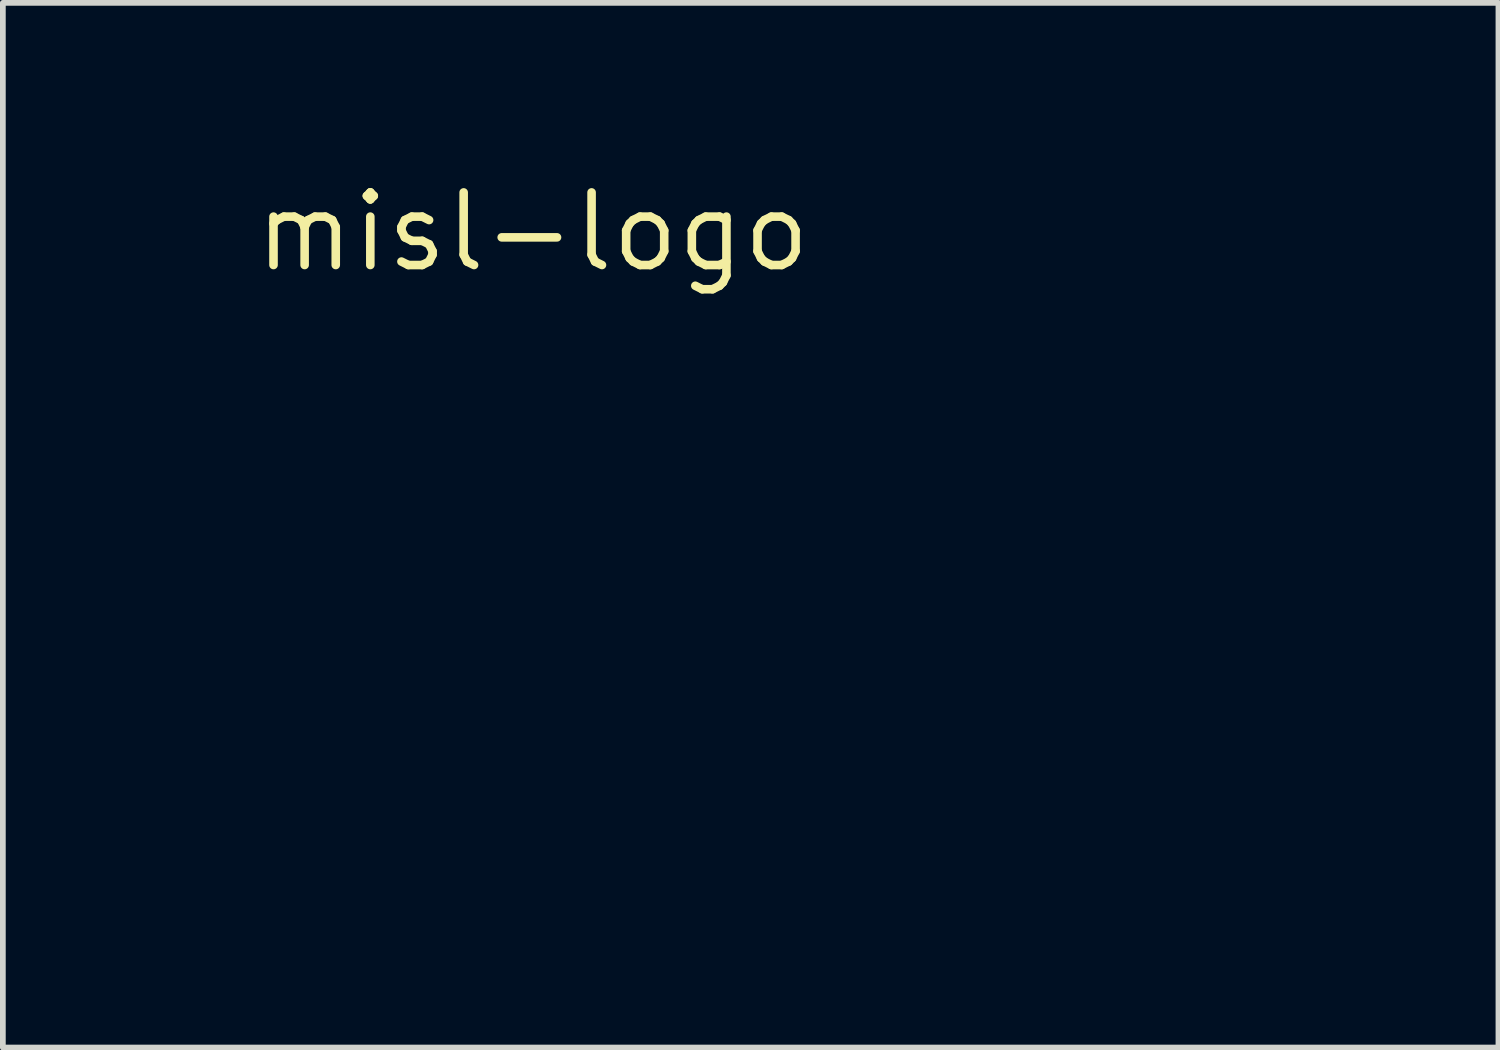
<source format=kicad_pcb>
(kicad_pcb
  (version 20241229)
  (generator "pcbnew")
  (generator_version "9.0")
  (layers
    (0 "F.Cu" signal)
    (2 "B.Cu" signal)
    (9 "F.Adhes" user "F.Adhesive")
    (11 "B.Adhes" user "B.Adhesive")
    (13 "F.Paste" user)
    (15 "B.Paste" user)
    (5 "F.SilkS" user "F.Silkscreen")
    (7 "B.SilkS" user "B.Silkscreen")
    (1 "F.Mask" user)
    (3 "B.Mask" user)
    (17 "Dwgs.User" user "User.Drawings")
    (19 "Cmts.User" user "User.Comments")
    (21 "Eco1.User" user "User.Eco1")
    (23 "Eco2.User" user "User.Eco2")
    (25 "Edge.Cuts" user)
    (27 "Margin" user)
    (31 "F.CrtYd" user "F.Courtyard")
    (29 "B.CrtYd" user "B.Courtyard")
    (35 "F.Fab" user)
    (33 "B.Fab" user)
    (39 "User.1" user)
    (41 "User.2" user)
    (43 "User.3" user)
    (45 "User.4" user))
  (footprint "misl-logo"
    (layer "F.Cu")
    (at 6.27 1.006)
    (property "Reference" "misl-logo" (at 0 0 0) (layer "F.SilkS") (effects (font (size 1.27 1.27) (thickness 0.15))))
    (attr through_hole)
    (fp_poly (pts (xy 2.508 6.613) (xy 3.069 6.625) (xy 3.08 8.943) (xy 3.091 11.261) (xy 1.947 11.261) (xy 1.947 6.602) (xy 2.508 6.613)) (stroke (width 0.01) (type solid)) (fill yes) (layer "F.Mask"))
    (fp_poly (pts (xy 11.049 10.329) (xy 13.885 10.329) (xy 13.885 11.261) (xy 9.948 11.261) (xy 9.948 6.604) (xy 11.049 6.604) (xy 11.049 10.329)) (stroke (width 0.01) (type solid)) (fill yes) (layer "F.Mask"))
    (fp_poly (pts (xy -0.16 5.388) (xy -0.096 5.42) (xy 0.037 5.531) (xy 0.093 5.669) (xy 0.076 5.806) (xy -0.005 5.93) (xy -0.13 6.001) (xy -0.271 6.011) (xy -0.392 5.958) (xy -0.49 5.839) (xy -0.517 5.7) (xy -0.474 5.561) (xy -0.365 5.444) (xy -0.327 5.42) (xy -0.235 5.379) (xy -0.16 5.388)) (stroke (width 0.01) (type solid)) (fill yes) (layer "F.Mask"))
    (fp_poly (pts (xy 0.513 2.802) (xy 0.636 2.865) (xy 0.674 2.906) (xy 0.749 3.038) (xy 0.745 3.156) (xy 0.667 3.275) (xy 0.529 3.382) (xy 0.385 3.406) (xy 0.31 3.386) (xy 0.197 3.298) (xy 0.135 3.156) (xy 0.127 3.072) (xy 0.163 2.94) (xy 0.254 2.846) (xy 0.378 2.798) (xy 0.513 2.802)) (stroke (width 0.01) (type solid)) (fill yes) (layer "F.Mask"))
    (fp_poly (pts (xy 5.821 5.469) (xy 5.901 5.552) (xy 5.963 5.699) (xy 5.941 5.845) (xy 5.881 5.942) (xy 5.762 6.032) (xy 5.615 6.058) (xy 5.469 6.02) (xy 5.384 5.956) (xy 5.314 5.838) (xy 5.293 5.733) (xy 5.329 5.579) (xy 5.42 5.469) (xy 5.546 5.41) (xy 5.687 5.408) (xy 5.821 5.469)) (stroke (width 0.01) (type solid)) (fill yes) (layer "F.Mask"))
    (fp_poly (pts (xy 4.943 2.409) (xy 5.06 2.51) (xy 5.129 2.65) (xy 5.139 2.731) (xy 5.118 2.868) (xy 5.041 2.974) (xy 5.023 2.99) (xy 4.878 3.075) (xy 4.736 3.075) (xy 4.595 2.992) (xy 4.569 2.967) (xy 4.478 2.845) (xy 4.445 2.731) (xy 4.48 2.613) (xy 4.569 2.496) (xy 4.684 2.406) (xy 4.799 2.371) (xy 4.943 2.409)) (stroke (width 0.01) (type solid)) (fill yes) (layer "F.Mask"))
    (fp_poly (pts (xy 2.755 4.281) (xy 2.946 4.395) (xy 3.096 4.567) (xy 3.129 4.627) (xy 3.204 4.871) (xy 3.201 5.111) (xy 3.122 5.334) (xy 2.972 5.524) (xy 2.786 5.655) (xy 2.641 5.698) (xy 2.456 5.711) (xy 2.268 5.693) (xy 2.138 5.655) (xy 1.968 5.539) (xy 1.825 5.367) (xy 1.727 5.166) (xy 1.693 4.974) (xy 1.72 4.82) (xy 1.79 4.645) (xy 1.886 4.49) (xy 1.918 4.452) (xy 2.102 4.31) (xy 2.315 4.236) (xy 2.538 4.228) (xy 2.755 4.281)) (stroke (width 0.01) (type solid)) (fill yes) (layer "F.Mask"))
    (fp_poly (pts (xy -3.596 8.317) (xy -3.403 8.665) (xy -3.221 8.987) (xy -3.056 9.278) (xy -2.912 9.529) (xy -2.792 9.734) (xy -2.7 9.885) (xy -2.641 9.976) (xy -2.62 10) (xy -2.593 9.958) (xy -2.529 9.85) (xy -2.432 9.683) (xy -2.306 9.466) (xy -2.155 9.204) (xy -1.983 8.906) (xy -1.796 8.58) (xy -1.628 8.287) (xy -0.664 6.604) (xy 0.974 6.604) (xy 0.974 11.261) (xy -0.126 11.261) (xy -0.137 9.58) (xy -0.148 7.899) (xy -2.014 11.239) (xy -3.248 11.263) (xy -5.144 7.857) (xy -5.155 9.559) (xy -5.166 11.261) (xy -6.265 11.261) (xy -6.265 6.604) (xy -4.544 6.604) (xy -3.596 8.317)) (stroke (width 0.01) (type solid)) (fill yes) (layer "F.Mask"))
    (fp_poly (pts (xy 7.164 6.609) (xy 7.489 6.614) (xy 7.756 6.625) (xy 7.976 6.642) (xy 8.158 6.666) (xy 8.311 6.697) (xy 8.444 6.737) (xy 8.551 6.779) (xy 8.813 6.937) (xy 9.017 7.152) (xy 9.155 7.415) (xy 9.217 7.689) (xy 9.241 7.916) (xy 8.054 7.916) (xy 8.028 7.787) (xy 8.008 7.718) (xy 7.974 7.663) (xy 7.916 7.62) (xy 7.825 7.588) (xy 7.694 7.565) (xy 7.513 7.55) (xy 7.274 7.541) (xy 6.967 7.536) (xy 6.585 7.535) (xy 6.583 7.535) (xy 6.205 7.536) (xy 5.902 7.54) (xy 5.666 7.548) (xy 5.487 7.563) (xy 5.356 7.586) (xy 5.264 7.618) (xy 5.201 7.662) (xy 5.16 7.718) (xy 5.129 7.79) (xy 5.124 7.807) (xy 5.094 7.996) (xy 5.13 8.166) (xy 5.21 8.279) (xy 5.242 8.3) (xy 5.293 8.319) (xy 5.371 8.334) (xy 5.486 8.348) (xy 5.647 8.361) (xy 5.863 8.374) (xy 6.143 8.388) (xy 6.496 8.404) (xy 6.594 8.408) (xy 6.936 8.424) (xy 7.266 8.44) (xy 7.572 8.457) (xy 7.838 8.474) (xy 8.051 8.49) (xy 8.197 8.503) (xy 8.223 8.506) (xy 8.542 8.571) (xy 8.791 8.676) (xy 8.978 8.831) (xy 9.11 9.042) (xy 9.196 9.317) (xy 9.23 9.534) (xy 9.246 9.847) (xy 9.228 10.159) (xy 9.177 10.442) (xy 9.121 10.617) (xy 8.983 10.839) (xy 8.778 11.027) (xy 8.578 11.141) (xy 8.522 11.166) (xy 8.468 11.186) (xy 8.406 11.202) (xy 8.327 11.214) (xy 8.224 11.224) (xy 8.087 11.232) (xy 7.909 11.237) (xy 7.679 11.241) (xy 7.39 11.244) (xy 7.034 11.246) (xy 6.625 11.248) (xy 6.172 11.25) (xy 5.796 11.25) (xy 5.489 11.249) (xy 5.242 11.245) (xy 5.048 11.239) (xy 4.898 11.23) (xy 4.785 11.219) (xy 4.701 11.205) (xy 4.668 11.197) (xy 4.379 11.081) (xy 4.154 10.909) (xy 3.992 10.681) (xy 3.893 10.397) (xy 3.864 10.205) (xy 3.841 9.948) (xy 4.415 9.948) (xy 4.645 9.949) (xy 4.804 9.952) (xy 4.906 9.96) (xy 4.964 9.974) (xy 4.991 9.998) (xy 5.002 10.033) (xy 5.003 10.042) (xy 5.045 10.125) (xy 5.134 10.213) (xy 5.16 10.233) (xy 5.205 10.261) (xy 5.25 10.283) (xy 5.308 10.3) (xy 5.388 10.312) (xy 5.501 10.32) (xy 5.656 10.325) (xy 5.865 10.328) (xy 6.136 10.329) (xy 6.482 10.329) (xy 6.506 10.329) (xy 6.895 10.328) (xy 7.209 10.325) (xy 7.456 10.317) (xy 7.646 10.304) (xy 7.787 10.284) (xy 7.888 10.257) (xy 7.958 10.221) (xy 8.007 10.175) (xy 8.04 10.124) (xy 8.077 9.993) (xy 8.082 9.826) (xy 8.055 9.665) (xy 8.045 9.636) (xy 8.014 9.57) (xy 7.971 9.515) (xy 7.907 9.471) (xy 7.814 9.434) (xy 7.684 9.405) (xy 7.508 9.381) (xy 7.279 9.361) (xy 6.988 9.343) (xy 6.626 9.326) (xy 6.308 9.312) (xy 5.869 9.294) (xy 5.506 9.274) (xy 5.208 9.254) (xy 4.966 9.231) (xy 4.771 9.204) (xy 4.612 9.172) (xy 4.479 9.135) (xy 4.365 9.09) (xy 4.319 9.068) (xy 4.17 8.983) (xy 4.07 8.891) (xy 3.989 8.76) (xy 3.98 8.743) (xy 3.936 8.649) (xy 3.906 8.559) (xy 3.887 8.456) (xy 3.878 8.318) (xy 3.874 8.127) (xy 3.873 7.981) (xy 3.875 7.748) (xy 3.881 7.581) (xy 3.894 7.461) (xy 3.916 7.369) (xy 3.951 7.286) (xy 3.973 7.244) (xy 4.126 7.02) (xy 4.323 6.855) (xy 4.58 6.733) (xy 4.614 6.722) (xy 4.695 6.697) (xy 4.776 6.676) (xy 4.869 6.66) (xy 4.983 6.648) (xy 5.129 6.638) (xy 5.316 6.63) (xy 5.556 6.624) (xy 5.859 6.619) (xy 6.234 6.614) (xy 6.308 6.613) (xy 6.774 6.609) (xy 7.164 6.609)) (stroke (width 0.01) (type solid)) (fill yes) (layer "F.Mask"))
    (fp_poly (pts (xy 5.034 2.144) (xy 5.052 2.152) (xy 5.243 2.274) (xy 5.364 2.441) (xy 5.416 2.657) (xy 5.419 2.726) (xy 5.382 2.954) (xy 5.28 3.139) (xy 5.123 3.273) (xy 4.921 3.347) (xy 4.684 3.356) (xy 4.551 3.332) (xy 4.501 3.324) (xy 4.452 3.331) (xy 4.393 3.361) (xy 4.314 3.423) (xy 4.204 3.525) (xy 4.052 3.674) (xy 3.925 3.801) (xy 3.426 4.301) (xy 3.511 4.49) (xy 3.577 4.707) (xy 3.597 4.92) (xy 3.602 5.06) (xy 3.618 5.137) (xy 3.655 5.174) (xy 3.694 5.187) (xy 3.768 5.204) (xy 3.907 5.237) (xy 4.094 5.279) (xy 4.311 5.329) (xy 4.403 5.35) (xy 5.016 5.489) (xy 5.092 5.366) (xy 5.222 5.228) (xy 5.401 5.138) (xy 5.602 5.101) (xy 5.802 5.121) (xy 5.968 5.199) (xy 6.144 5.371) (xy 6.238 5.568) (xy 6.254 5.771) (xy 6.197 5.988) (xy 6.081 6.167) (xy 5.92 6.297) (xy 5.729 6.368) (xy 5.522 6.369) (xy 5.453 6.352) (xy 5.279 6.268) (xy 5.132 6.142) (xy 5.031 5.995) (xy 4.996 5.853) (xy 4.962 5.767) (xy 4.905 5.739) (xy 5.167 5.739) (xy 5.2 5.914) (xy 5.212 5.94) (xy 5.328 6.083) (xy 5.485 6.165) (xy 5.661 6.182) (xy 5.836 6.13) (xy 5.922 6.072) (xy 6.038 5.93) (xy 6.084 5.773) (xy 6.068 5.616) (xy 6.001 5.473) (xy 5.891 5.359) (xy 5.747 5.288) (xy 5.578 5.274) (xy 5.44 5.31) (xy 5.296 5.412) (xy 5.202 5.564) (xy 5.167 5.739) (xy 4.905 5.739) (xy 4.9 5.737) (xy 4.529 5.651) (xy 4.231 5.583) (xy 4 5.532) (xy 3.824 5.495) (xy 3.698 5.471) (xy 3.611 5.459) (xy 3.556 5.458) (xy 3.523 5.465) (xy 3.505 5.479) (xy 3.498 5.491) (xy 3.449 5.56) (xy 3.365 5.661) (xy 3.31 5.724) (xy 3.078 5.924) (xy 2.817 6.051) (xy 2.542 6.107) (xy 2.264 6.093) (xy 1.995 6.009) (xy 1.749 5.859) (xy 1.539 5.643) (xy 1.454 5.517) (xy 1.35 5.34) (xy 0.446 5.652) (xy 0.413 5.825) (xy 0.335 6.018) (xy 0.197 6.177) (xy 0.018 6.289) (xy -0.183 6.339) (xy -0.319 6.331) (xy -0.488 6.265) (xy -0.65 6.142) (xy -0.773 5.987) (xy -0.785 5.966) (xy -0.845 5.768) (xy -0.841 5.694) (xy -0.654 5.694) (xy -0.634 5.824) (xy -0.544 5.983) (xy -0.407 6.09) (xy -0.244 6.139) (xy -0.075 6.122) (xy 0.052 6.055) (xy 0.183 5.907) (xy 0.235 5.735) (xy 0.211 5.566) (xy 0.127 5.422) (xy -0.006 5.31) (xy -0.16 5.253) (xy -0.203 5.249) (xy -0.377 5.286) (xy -0.52 5.385) (xy -0.616 5.527) (xy -0.654 5.694) (xy -0.841 5.694) (xy -0.833 5.57) (xy -0.76 5.387) (xy -0.638 5.232) (xy -0.477 5.117) (xy -0.289 5.056) (xy -0.085 5.062) (xy -0.024 5.079) (xy 0.108 5.144) (xy 0.236 5.239) (xy 0.254 5.256) (xy 0.381 5.383) (xy 0.842 5.23) (xy 1.302 5.076) (xy 1.322 4.867) (xy 1.325 4.855) (xy 1.555 4.855) (xy 1.561 5.118) (xy 1.643 5.377) (xy 1.654 5.4) (xy 1.806 5.609) (xy 2.009 5.764) (xy 2.245 5.858) (xy 2.498 5.886) (xy 2.751 5.842) (xy 2.879 5.787) (xy 3.099 5.629) (xy 3.255 5.43) (xy 3.348 5.203) (xy 3.377 4.962) (xy 3.344 4.723) (xy 3.247 4.498) (xy 3.087 4.302) (xy 2.878 4.157) (xy 2.65 4.081) (xy 2.398 4.067) (xy 2.15 4.111) (xy 1.956 4.202) (xy 1.756 4.381) (xy 1.621 4.604) (xy 1.555 4.855) (xy 1.325 4.855) (xy 1.355 4.705) (xy 1.416 4.525) (xy 1.455 4.44) (xy 1.514 4.321) (xy 1.55 4.239) (xy 1.557 4.213) (xy 1.521 4.185) (xy 1.434 4.114) (xy 1.31 4.012) (xy 1.196 3.919) (xy 1.039 3.792) (xy 0.931 3.712) (xy 0.856 3.67) (xy 0.798 3.659) (xy 0.739 3.67) (xy 0.713 3.679) (xy 0.472 3.726) (xy 0.25 3.697) (xy 0.059 3.598) (xy -0.089 3.433) (xy -0.116 3.385) (xy -0.191 3.2) (xy -0.198 3.112) (xy -0.005 3.112) (xy 0.036 3.277) (xy 0.091 3.363) (xy 0.228 3.494) (xy 0.377 3.545) (xy 0.552 3.519) (xy 0.612 3.496) (xy 0.752 3.397) (xy 0.851 3.248) (xy 0.889 3.082) (xy 0.889 3.082) (xy 0.85 2.925) (xy 0.751 2.783) (xy 0.611 2.687) (xy 0.568 2.671) (xy 0.385 2.657) (xy 0.226 2.709) (xy 0.101 2.813) (xy 0.02 2.952) (xy -0.005 3.112) (xy -0.198 3.112) (xy -0.203 3.038) (xy -0.151 2.868) (xy -0.115 2.795) (xy 0.021 2.615) (xy 0.195 2.503) (xy 0.391 2.457) (xy 0.595 2.479) (xy 0.791 2.57) (xy 0.963 2.729) (xy 0.984 2.756) (xy 1.048 2.9) (xy 1.074 3.085) (xy 1.056 3.276) (xy 1.048 3.31) (xy 1.039 3.364) (xy 1.052 3.415) (xy 1.098 3.477) (xy 1.187 3.562) (xy 1.33 3.683) (xy 1.378 3.723) (xy 1.528 3.843) (xy 1.656 3.94) (xy 1.746 4.003) (xy 1.782 4.022) (xy 1.842 4.003) (xy 1.945 3.956) (xy 2.002 3.927) (xy 2.142 3.869) (xy 2.301 3.84) (xy 2.477 3.834) (xy 2.658 3.841) (xy 2.798 3.868) (xy 2.939 3.926) (xy 3.026 3.971) (xy 3.278 4.108) (xy 4.248 3.138) (xy 4.199 2.972) (xy 4.154 2.75) (xy 4.155 2.731) (xy 4.318 2.731) (xy 4.341 2.825) (xy 4.398 2.942) (xy 4.415 2.968) (xy 4.551 3.105) (xy 4.718 3.175) (xy 4.895 3.176) (xy 5.062 3.107) (xy 5.154 3.025) (xy 5.238 2.872) (xy 5.254 2.7) (xy 5.208 2.533) (xy 5.107 2.393) (xy 4.959 2.3) (xy 4.93 2.291) (xy 4.763 2.283) (xy 4.597 2.338) (xy 4.453 2.443) (xy 4.353 2.581) (xy 4.318 2.731) (xy 4.155 2.731) (xy 4.169 2.57) (xy 4.244 2.413) (xy 4.412 2.222) (xy 4.6 2.114) (xy 4.808 2.088) (xy 5.034 2.144)) (stroke (width 0.01) (type solid)) (fill yes) (layer "F.Mask")))
  (gr_rect
    (start -3 -3)
    (end 23.161 15.274)
    (stroke (width 0.1) (type default))
    (fill no)
    (layer "Edge.Cuts")))
</source>
